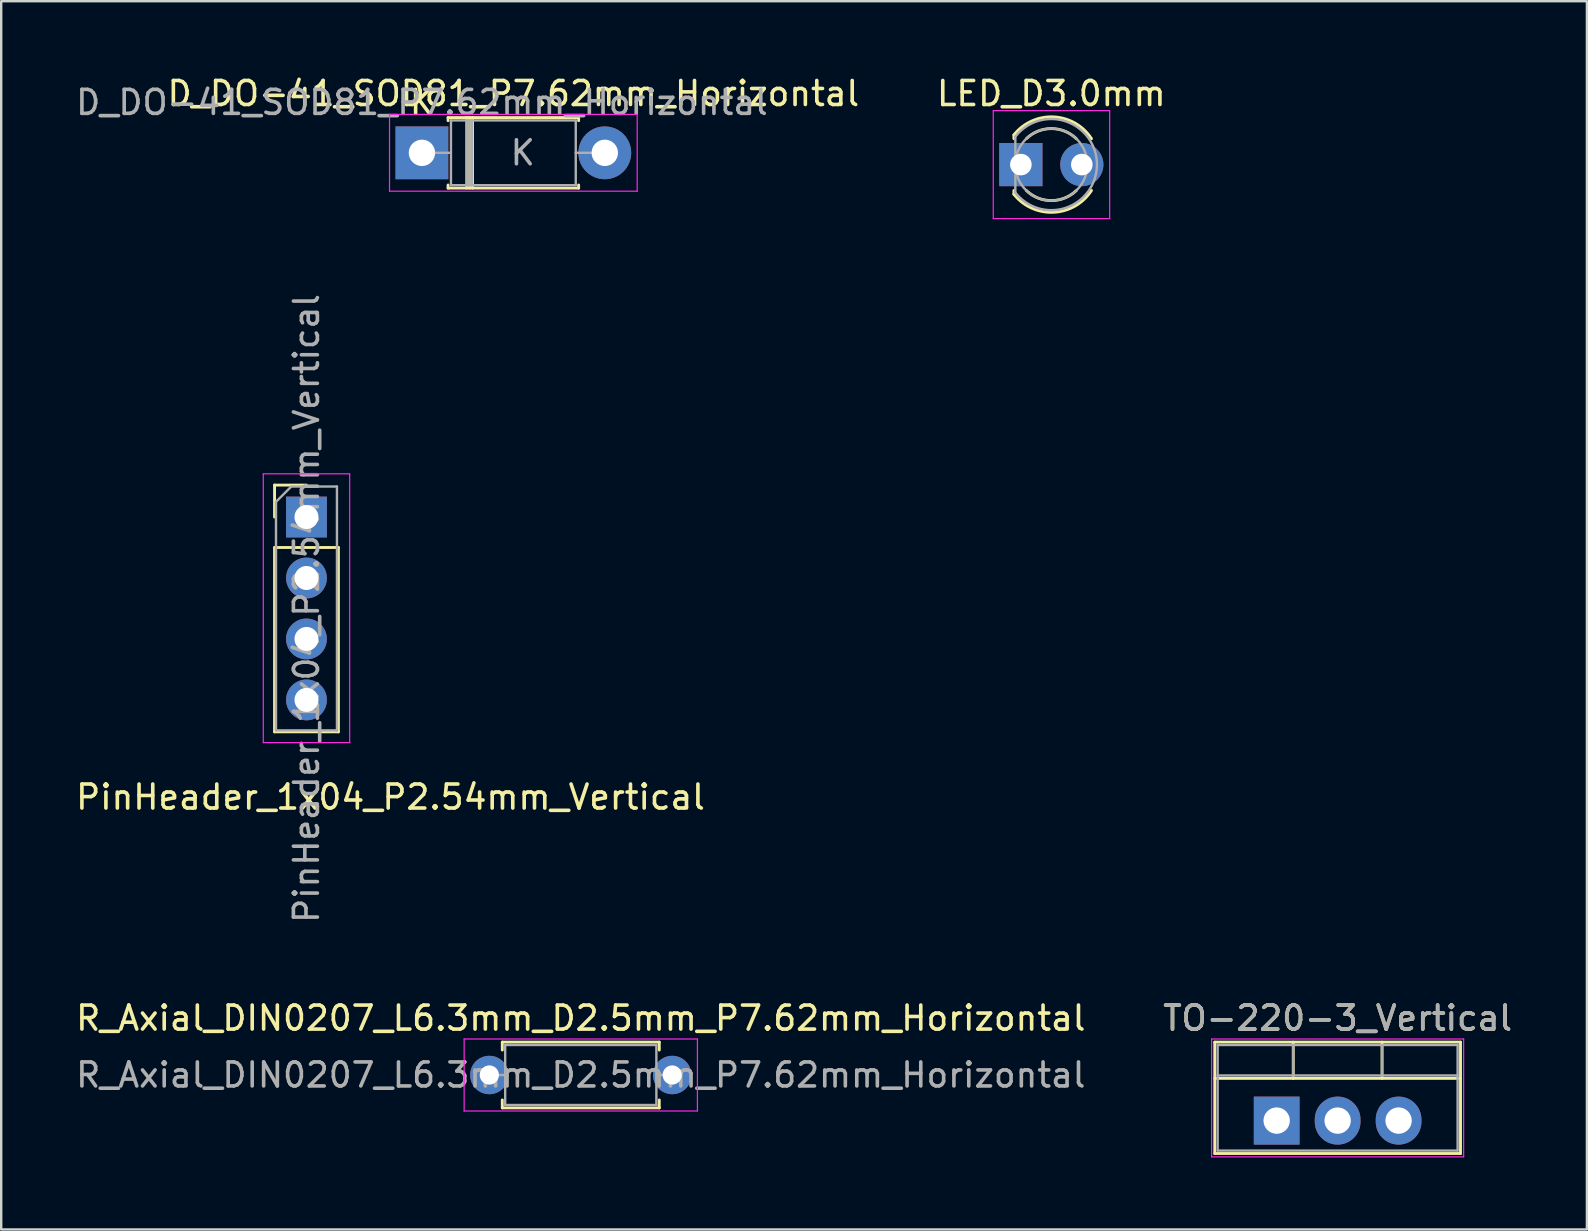
<source format=kicad_pcb>
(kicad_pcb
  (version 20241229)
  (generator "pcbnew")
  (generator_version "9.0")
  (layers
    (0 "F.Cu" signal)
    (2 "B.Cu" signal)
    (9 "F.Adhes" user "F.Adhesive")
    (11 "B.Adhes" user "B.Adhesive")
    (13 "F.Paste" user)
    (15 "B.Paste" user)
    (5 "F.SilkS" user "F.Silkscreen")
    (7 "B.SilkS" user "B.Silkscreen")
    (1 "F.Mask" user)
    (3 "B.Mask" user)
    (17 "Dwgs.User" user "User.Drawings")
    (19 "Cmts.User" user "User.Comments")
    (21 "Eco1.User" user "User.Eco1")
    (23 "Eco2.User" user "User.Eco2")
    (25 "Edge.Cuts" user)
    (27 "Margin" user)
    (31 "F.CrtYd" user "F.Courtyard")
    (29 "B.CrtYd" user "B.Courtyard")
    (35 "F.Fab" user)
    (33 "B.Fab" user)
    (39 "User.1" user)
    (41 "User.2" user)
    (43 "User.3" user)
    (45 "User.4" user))
  (footprint "PinHeader_1x04_P2.54mm_Vertical"
    (layer "F.Cu")
    (at 9.72 18.493)
    (property "Reference" "PinHeader_1x04_P2.54mm_Vertical" (at 3.5 11.67 180) (layer "F.SilkS") (effects (font (size 1 1) (thickness 0.15))))
    (attr through_hole)
    (fp_line (start -1.33 -1.33) (end 0 -1.33) (stroke (width 0.12) (type solid)) (layer "F.SilkS"))
    (fp_line (start -1.33 0) (end -1.33 -1.33) (stroke (width 0.12) (type solid)) (layer "F.SilkS"))
    (fp_line (start -1.33 1.27) (end -1.33 8.95) (stroke (width 0.12) (type solid)) (layer "F.SilkS"))
    (fp_line (start -1.33 1.27) (end 1.33 1.27) (stroke (width 0.12) (type solid)) (layer "F.SilkS"))
    (fp_line (start -1.33 8.95) (end 1.33 8.95) (stroke (width 0.12) (type solid)) (layer "F.SilkS"))
    (fp_line (start 1.33 1.27) (end 1.33 8.95) (stroke (width 0.12) (type solid)) (layer "F.SilkS"))
    (fp_line (start -1.8 -1.8) (end -1.8 9.4) (stroke (width 0.05) (type solid)) (layer "F.CrtYd"))
    (fp_line (start -1.8 9.4) (end 1.8 9.4) (stroke (width 0.05) (type solid)) (layer "F.CrtYd"))
    (fp_line (start 1.8 -1.8) (end -1.8 -1.8) (stroke (width 0.05) (type solid)) (layer "F.CrtYd"))
    (fp_line (start 1.8 9.4) (end 1.8 -1.8) (stroke (width 0.05) (type solid)) (layer "F.CrtYd"))
    (fp_line (start -1.27 -0.635) (end -0.635 -1.27) (stroke (width 0.1) (type solid)) (layer "F.Fab"))
    (fp_line (start -1.27 8.89) (end -1.27 -0.635) (stroke (width 0.1) (type solid)) (layer "F.Fab"))
    (fp_line (start -0.635 -1.27) (end 1.27 -1.27) (stroke (width 0.1) (type solid)) (layer "F.Fab"))
    (fp_line (start 1.27 -1.27) (end 1.27 8.89) (stroke (width 0.1) (type solid)) (layer "F.Fab"))
    (fp_line (start 1.27 8.89) (end -1.27 8.89) (stroke (width 0.1) (type solid)) (layer "F.Fab"))
    (fp_text user "${REFERENCE}" (at 0 3.81 270) (layer "F.Fab") (effects (font (size 1 1) (thickness 0.15))))
    (pad "1" thru_hole rect (at 0 0) (size 1.7 1.7) (drill 1) (layers "*.Cu" "*.Mask"))
    (pad "2" thru_hole oval (at 0 2.54) (size 1.7 1.7) (drill 1) (layers "*.Cu" "*.Mask"))
    (pad "3" thru_hole oval (at 0 5.08) (size 1.7 1.7) (drill 1) (layers "*.Cu" "*.Mask"))
    (pad "4" thru_hole oval (at 0 7.62) (size 1.7 1.7) (drill 1) (layers "*.Cu" "*.Mask")))
  (footprint "R_Axial_DIN0207_L6.3mm_D2.5mm_P7.62mm_Horizontal"
    (layer "F.Cu")
    (at 17.339 41.742)
    (property "Reference" "R_Axial_DIN0207_L6.3mm_D2.5mm_P7.62mm_Horizontal" (at 3.81 -2.37 0) (layer "F.SilkS") (effects (font (size 1 1) (thickness 0.15))))
    (attr through_hole)
    (fp_line (start 0.54 -1.37) (end 7.08 -1.37) (stroke (width 0.12) (type solid)) (layer "F.SilkS"))
    (fp_line (start 0.54 -1.04) (end 0.54 -1.37) (stroke (width 0.12) (type solid)) (layer "F.SilkS"))
    (fp_line (start 0.54 1.04) (end 0.54 1.37) (stroke (width 0.12) (type solid)) (layer "F.SilkS"))
    (fp_line (start 0.54 1.37) (end 7.08 1.37) (stroke (width 0.12) (type solid)) (layer "F.SilkS"))
    (fp_line (start 7.08 -1.37) (end 7.08 -1.04) (stroke (width 0.12) (type solid)) (layer "F.SilkS"))
    (fp_line (start 7.08 1.37) (end 7.08 1.04) (stroke (width 0.12) (type solid)) (layer "F.SilkS"))
    (fp_line (start -1.05 -1.5) (end -1.05 1.5) (stroke (width 0.05) (type solid)) (layer "F.CrtYd"))
    (fp_line (start -1.05 1.5) (end 8.67 1.5) (stroke (width 0.05) (type solid)) (layer "F.CrtYd"))
    (fp_line (start 8.67 -1.5) (end -1.05 -1.5) (stroke (width 0.05) (type solid)) (layer "F.CrtYd"))
    (fp_line (start 8.67 1.5) (end 8.67 -1.5) (stroke (width 0.05) (type solid)) (layer "F.CrtYd"))
    (fp_line (start 0 0) (end 0.66 0) (stroke (width 0.1) (type solid)) (layer "F.Fab"))
    (fp_line (start 0.66 -1.25) (end 0.66 1.25) (stroke (width 0.1) (type solid)) (layer "F.Fab"))
    (fp_line (start 0.66 1.25) (end 6.96 1.25) (stroke (width 0.1) (type solid)) (layer "F.Fab"))
    (fp_line (start 6.96 -1.25) (end 0.66 -1.25) (stroke (width 0.1) (type solid)) (layer "F.Fab"))
    (fp_line (start 6.96 1.25) (end 6.96 -1.25) (stroke (width 0.1) (type solid)) (layer "F.Fab"))
    (fp_line (start 7.62 0) (end 6.96 0) (stroke (width 0.1) (type solid)) (layer "F.Fab"))
    (fp_text user "${REFERENCE}" (at 3.81 0 0) (layer "F.Fab") (effects (font (size 1 1) (thickness 0.15))))
    (pad "1" thru_hole circle (at 0 0) (size 1.6 1.6) (drill 0.8) (layers "*.Cu" "*.Mask"))
    (pad "2" thru_hole oval (at 7.62 0) (size 1.6 1.6) (drill 0.8) (layers "*.Cu" "*.Mask")))
  (footprint "LED_D3.0mm"
    (layer "F.Cu")
    (at 39.486 3.808)
    (property "Reference" "LED_D3.0mm" (at 1.27 -2.96 0) (layer "F.SilkS") (effects (font (size 1 1) (thickness 0.15))))
    (attr through_hole)
    (fp_line (start -0.29 -1.236) (end -0.29 -1.08) (stroke (width 0.12) (type solid)) (layer "F.SilkS"))
    (fp_line (start -0.29 1.08) (end -0.29 1.236) (stroke (width 0.12) (type solid)) (layer "F.SilkS"))
    (fp_arc (start -0.29 -1.235516) (mid 1.366487 -1.987659) (end 2.942335 -1.078608) (stroke (width 0.12) (type solid)) (layer "F.SilkS"))
    (fp_arc (start 0.229039 -1.08) (mid 1.270117 -1.5) (end 2.31113 -1.079837) (stroke (width 0.12) (type solid)) (layer "F.SilkS"))
    (fp_arc (start 2.31113 1.079837) (mid 1.270117 1.5) (end 0.229039 1.08) (stroke (width 0.12) (type solid)) (layer "F.SilkS"))
    (fp_arc (start 2.942335 1.078608) (mid 1.366487 1.987659) (end -0.29 1.235516) (stroke (width 0.12) (type solid)) (layer "F.SilkS"))
    (fp_line (start -1.15 -2.25) (end -1.15 2.25) (stroke (width 0.05) (type solid)) (layer "F.CrtYd"))
    (fp_line (start -1.15 2.25) (end 3.7 2.25) (stroke (width 0.05) (type solid)) (layer "F.CrtYd"))
    (fp_line (start 3.7 -2.25) (end -1.15 -2.25) (stroke (width 0.05) (type solid)) (layer "F.CrtYd"))
    (fp_line (start 3.7 2.25) (end 3.7 -2.25) (stroke (width 0.05) (type solid)) (layer "F.CrtYd"))
    (fp_line (start -0.23 -1.166) (end -0.23 1.166) (stroke (width 0.1) (type solid)) (layer "F.Fab"))
    (fp_arc (start -0.23 -1.16619) (mid 3.17 0.000452) (end -0.230555 1.165476) (stroke (width 0.1) (type solid)) (layer "F.Fab"))
    (fp_circle (center 1.27 0) (end 2.77 0) (stroke (width 0.1) (type solid)) (fill no) (layer "F.Fab"))
    (pad "1" thru_hole rect (at 0 0) (size 1.8 1.8) (drill 0.9) (layers "*.Cu" "*.Mask"))
    (pad "2" thru_hole circle (at 2.54 0) (size 1.8 1.8) (drill 0.9) (layers "*.Cu" "*.Mask")))
  (footprint "D_DO-41_SOD81_P7.62mm_Horizontal"
    (layer "F.Cu")
    (at 14.53 3.318)
    (property "Reference" "D_DO-41_SOD81_P7.62mm_Horizontal" (at 3.81 -2.47 0) (layer "F.SilkS") (effects (font (size 1 1) (thickness 0.15))))
    (attr through_hole)
    (fp_line (start 1.09 -1.47) (end 6.53 -1.47) (stroke (width 0.12) (type solid)) (layer "F.SilkS"))
    (fp_line (start 1.09 -1.34) (end 1.09 -1.47) (stroke (width 0.12) (type solid)) (layer "F.SilkS"))
    (fp_line (start 1.09 1.34) (end 1.09 1.47) (stroke (width 0.12) (type solid)) (layer "F.SilkS"))
    (fp_line (start 1.09 1.47) (end 6.53 1.47) (stroke (width 0.12) (type solid)) (layer "F.SilkS"))
    (fp_line (start 1.87 -1.47) (end 1.87 1.47) (stroke (width 0.12) (type solid)) (layer "F.SilkS"))
    (fp_line (start 1.99 -1.47) (end 1.99 1.47) (stroke (width 0.12) (type solid)) (layer "F.SilkS"))
    (fp_line (start 2.11 -1.47) (end 2.11 1.47) (stroke (width 0.12) (type solid)) (layer "F.SilkS"))
    (fp_line (start 6.53 -1.47) (end 6.53 -1.34) (stroke (width 0.12) (type solid)) (layer "F.SilkS"))
    (fp_line (start 6.53 1.47) (end 6.53 1.34) (stroke (width 0.12) (type solid)) (layer "F.SilkS"))
    (fp_line (start -1.35 -1.6) (end -1.35 1.6) (stroke (width 0.05) (type solid)) (layer "F.CrtYd"))
    (fp_line (start -1.35 1.6) (end 8.97 1.6) (stroke (width 0.05) (type solid)) (layer "F.CrtYd"))
    (fp_line (start 8.97 -1.6) (end -1.35 -1.6) (stroke (width 0.05) (type solid)) (layer "F.CrtYd"))
    (fp_line (start 8.97 1.6) (end 8.97 -1.6) (stroke (width 0.05) (type solid)) (layer "F.CrtYd"))
    (fp_line (start 0 0) (end 1.21 0) (stroke (width 0.1) (type solid)) (layer "F.Fab"))
    (fp_line (start 1.21 -1.35) (end 1.21 1.35) (stroke (width 0.1) (type solid)) (layer "F.Fab"))
    (fp_line (start 1.21 1.35) (end 6.41 1.35) (stroke (width 0.1) (type solid)) (layer "F.Fab"))
    (fp_line (start 1.89 -1.35) (end 1.89 1.35) (stroke (width 0.1) (type solid)) (layer "F.Fab"))
    (fp_line (start 1.99 -1.35) (end 1.99 1.35) (stroke (width 0.1) (type solid)) (layer "F.Fab"))
    (fp_line (start 2.09 -1.35) (end 2.09 1.35) (stroke (width 0.1) (type solid)) (layer "F.Fab"))
    (fp_line (start 6.41 -1.35) (end 1.21 -1.35) (stroke (width 0.1) (type solid)) (layer "F.Fab"))
    (fp_line (start 6.41 1.35) (end 6.41 -1.35) (stroke (width 0.1) (type solid)) (layer "F.Fab"))
    (fp_line (start 7.62 0) (end 6.41 0) (stroke (width 0.1) (type solid)) (layer "F.Fab"))
    (fp_text user "K" (at 0 -2.1 0) (layer "F.SilkS") (effects (font (size 1 1) (thickness 0.15))))
    (fp_text user "K" (at 4.2 0 0) (layer "F.Fab") (effects (font (size 1 1) (thickness 0.15))))
    (fp_text user "${REFERENCE}" (at 0 -2.1 0) (layer "F.Fab") (effects (font (size 1 1) (thickness 0.15))))
    (pad "1" thru_hole rect (at 0 0) (size 2.2 2.2) (drill 1.1) (layers "*.Cu" "*.Mask"))
    (pad "2" thru_hole oval (at 7.62 0) (size 2.2 2.2) (drill 1.1) (layers "*.Cu" "*.Mask")))
  (footprint "TO-220-3_Vertical"
    (layer "F.Cu")
    (at 50.145 43.642)
    (property "Reference" "TO-220-3_Vertical" (at 2.54 -4.27 0) (layer "F.SilkS") (effects (font (size 1 1) (thickness 0.15))))
    (attr through_hole)
    (fp_line (start -2.58 -3.27) (end -2.58 1.371) (stroke (width 0.12) (type solid)) (layer "F.SilkS"))
    (fp_line (start -2.58 -3.27) (end 7.66 -3.27) (stroke (width 0.12) (type solid)) (layer "F.SilkS"))
    (fp_line (start -2.58 -1.76) (end 7.66 -1.76) (stroke (width 0.12) (type solid)) (layer "F.SilkS"))
    (fp_line (start -2.58 1.371) (end 7.66 1.371) (stroke (width 0.12) (type solid)) (layer "F.SilkS"))
    (fp_line (start 0.69 -3.27) (end 0.69 -1.76) (stroke (width 0.12) (type solid)) (layer "F.SilkS"))
    (fp_line (start 4.391 -3.27) (end 4.391 -1.76) (stroke (width 0.12) (type solid)) (layer "F.SilkS"))
    (fp_line (start 7.66 -3.27) (end 7.66 1.371) (stroke (width 0.12) (type solid)) (layer "F.SilkS"))
    (fp_line (start -2.71 -3.4) (end -2.71 1.51) (stroke (width 0.05) (type solid)) (layer "F.CrtYd"))
    (fp_line (start -2.71 1.51) (end 7.79 1.51) (stroke (width 0.05) (type solid)) (layer "F.CrtYd"))
    (fp_line (start 7.79 -3.4) (end -2.71 -3.4) (stroke (width 0.05) (type solid)) (layer "F.CrtYd"))
    (fp_line (start 7.79 1.51) (end 7.79 -3.4) (stroke (width 0.05) (type solid)) (layer "F.CrtYd"))
    (fp_line (start -2.46 -3.15) (end -2.46 1.25) (stroke (width 0.1) (type solid)) (layer "F.Fab"))
    (fp_line (start -2.46 -1.88) (end 7.54 -1.88) (stroke (width 0.1) (type solid)) (layer "F.Fab"))
    (fp_line (start -2.46 1.25) (end 7.54 1.25) (stroke (width 0.1) (type solid)) (layer "F.Fab"))
    (fp_line (start 0.69 -3.15) (end 0.69 -1.88) (stroke (width 0.1) (type solid)) (layer "F.Fab"))
    (fp_line (start 4.39 -3.15) (end 4.39 -1.88) (stroke (width 0.1) (type solid)) (layer "F.Fab"))
    (fp_line (start 7.54 -3.15) (end -2.46 -3.15) (stroke (width 0.1) (type solid)) (layer "F.Fab"))
    (fp_line (start 7.54 1.25) (end 7.54 -3.15) (stroke (width 0.1) (type solid)) (layer "F.Fab"))
    (fp_text user "${REFERENCE}" (at 2.54 -4.27 0) (layer "F.Fab") (effects (font (size 1 1) (thickness 0.15))))
    (pad "1" thru_hole rect (at 0 0) (size 1.905 2) (drill 1.1) (layers "*.Cu" "*.Mask"))
    (pad "2" thru_hole oval (at 2.54 0) (size 1.905 2) (drill 1.1) (layers "*.Cu" "*.Mask"))
    (pad "3" thru_hole oval (at 5.08 0) (size 1.905 2) (drill 1.1) (layers "*.Cu" "*.Mask")))
  (gr_rect
    (start -3 -3)
    (end 63.071 48.177)
    (stroke (width 0.1) (type default))
    (fill no)
    (layer "Edge.Cuts")))
</source>
